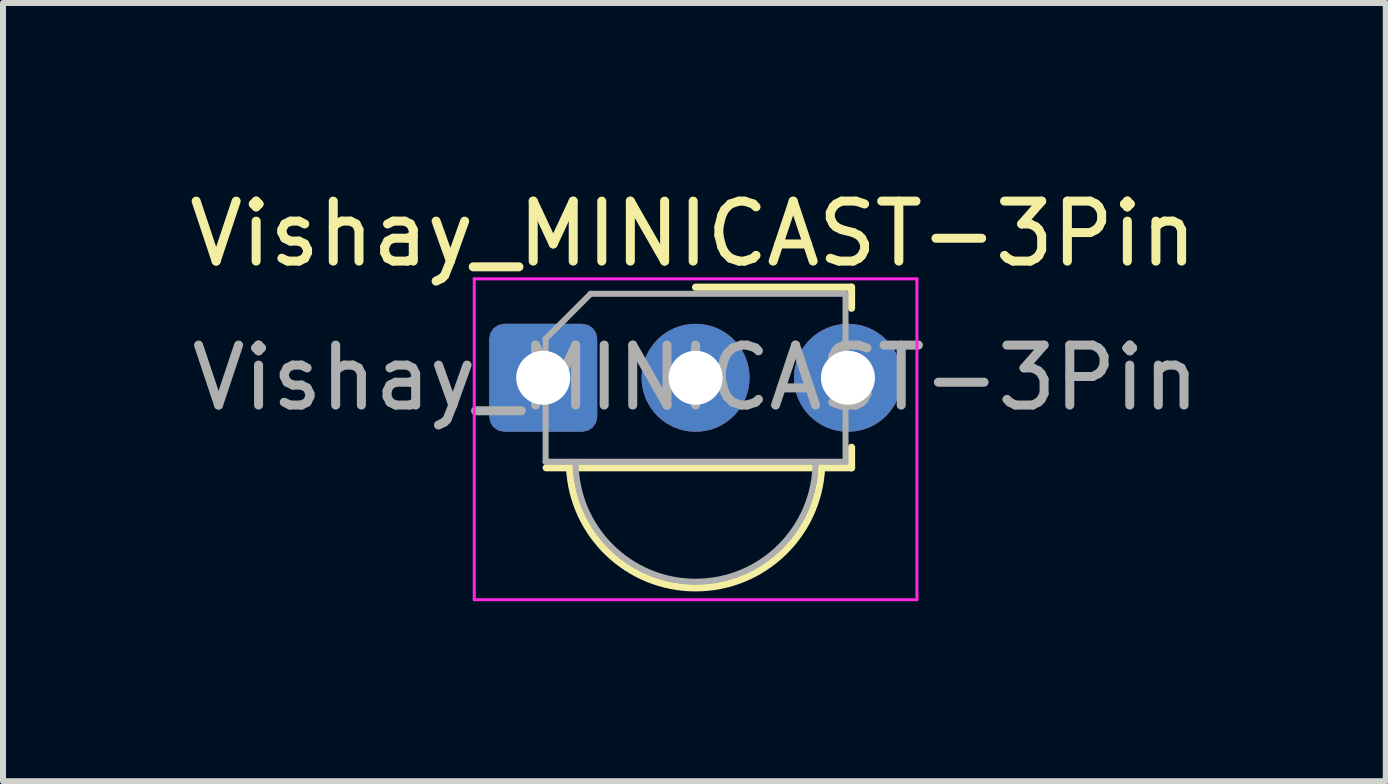
<source format=kicad_pcb>
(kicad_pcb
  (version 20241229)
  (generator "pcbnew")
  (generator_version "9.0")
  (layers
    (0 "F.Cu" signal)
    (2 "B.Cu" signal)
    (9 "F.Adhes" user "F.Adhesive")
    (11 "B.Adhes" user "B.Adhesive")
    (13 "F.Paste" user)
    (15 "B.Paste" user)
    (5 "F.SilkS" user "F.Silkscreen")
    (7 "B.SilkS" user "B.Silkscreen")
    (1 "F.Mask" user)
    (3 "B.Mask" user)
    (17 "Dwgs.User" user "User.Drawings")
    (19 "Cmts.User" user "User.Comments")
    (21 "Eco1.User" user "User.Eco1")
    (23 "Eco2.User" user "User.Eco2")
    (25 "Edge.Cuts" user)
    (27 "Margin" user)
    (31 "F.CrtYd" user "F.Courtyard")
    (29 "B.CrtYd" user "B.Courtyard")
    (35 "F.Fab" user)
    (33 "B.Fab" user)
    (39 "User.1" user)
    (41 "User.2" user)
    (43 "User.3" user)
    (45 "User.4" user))
  (footprint "Vishay_MINICAST-3Pin"
    (layer "F.Cu")
    (at 8.546 3.248)
    (property "Reference" "Vishay_MINICAST-3Pin" (at -0.04 -2.4 180) (layer "F.SilkS") (effects (font (size 1 1) (thickness 0.15))))
    (attr through_hole)
    (fp_line (start 2.6 -1.51) (end 0 -1.51) (stroke (width 0.12) (type solid)) (layer "F.SilkS"))
    (fp_line (start 2.6 -1.16) (end 2.6 -1.51) (stroke (width 0.12) (type solid)) (layer "F.SilkS"))
    (fp_line (start 2.6 1.16) (end 2.6 1.5) (stroke (width 0.12) (type solid)) (layer "F.SilkS"))
    (fp_line (start 2.6 1.5) (end -2.49 1.5) (stroke (width 0.12) (type solid)) (layer "F.SilkS"))
    (fp_arc (start 2.1 1.5) (mid 0.000869 3.502379) (end -2.099917 1.501736) (stroke (width 0.12) (type solid)) (layer "F.SilkS"))
    (fp_line (start -3.69 -1.65) (end -3.69 3.7) (stroke (width 0.05) (type solid)) (layer "F.CrtYd"))
    (fp_line (start -3.69 -1.65) (end 3.69 -1.65) (stroke (width 0.05) (type solid)) (layer "F.CrtYd"))
    (fp_line (start 3.69 3.7) (end -3.69 3.7) (stroke (width 0.05) (type solid)) (layer "F.CrtYd"))
    (fp_line (start 3.69 3.7) (end 3.69 -1.65) (stroke (width 0.05) (type solid)) (layer "F.CrtYd"))
    (fp_line (start -2.5 1.4) (end -2.5 -0.65) (stroke (width 0.1) (type solid)) (layer "F.Fab"))
    (fp_line (start -1.75 -1.4) (end -2.5 -0.65) (stroke (width 0.1) (type solid)) (layer "F.Fab"))
    (fp_line (start -1.75 -1.4) (end 2.5 -1.4) (stroke (width 0.1) (type solid)) (layer "F.Fab"))
    (fp_line (start 2.5 -1.4) (end 2.5 1.4) (stroke (width 0.1) (type solid)) (layer "F.Fab"))
    (fp_line (start 2.5 1.4) (end -2.5 1.4) (stroke (width 0.1) (type solid)) (layer "F.Fab"))
    (fp_arc (start 2 1.4) (mid 0 3.4) (end -2 1.4) (stroke (width 0.1) (type solid)) (layer "F.Fab"))
    (fp_text user "${REFERENCE}" (at 0 0 0) (layer "F.Fab") (effects (font (size 1 1) (thickness 0.15))))
    (pad "1" thru_hole roundrect (at -2.54 0) (size 1.8 1.8) (drill 0.9) (layers "*.Cu" "*.Mask") (roundrect_rratio 0.139))
    (pad "2" thru_hole circle (at 0 0) (size 1.8 1.8) (drill 0.9) (layers "*.Cu" "*.Mask"))
    (pad "3" thru_hole circle (at 2.54 0) (size 1.8 1.8) (drill 0.9) (layers "*.Cu" "*.Mask")))
  (gr_rect
    (start -3 -3)
    (end 20.052 9.973)
    (stroke (width 0.1) (type default))
    (fill no)
    (layer "Edge.Cuts")))
</source>
